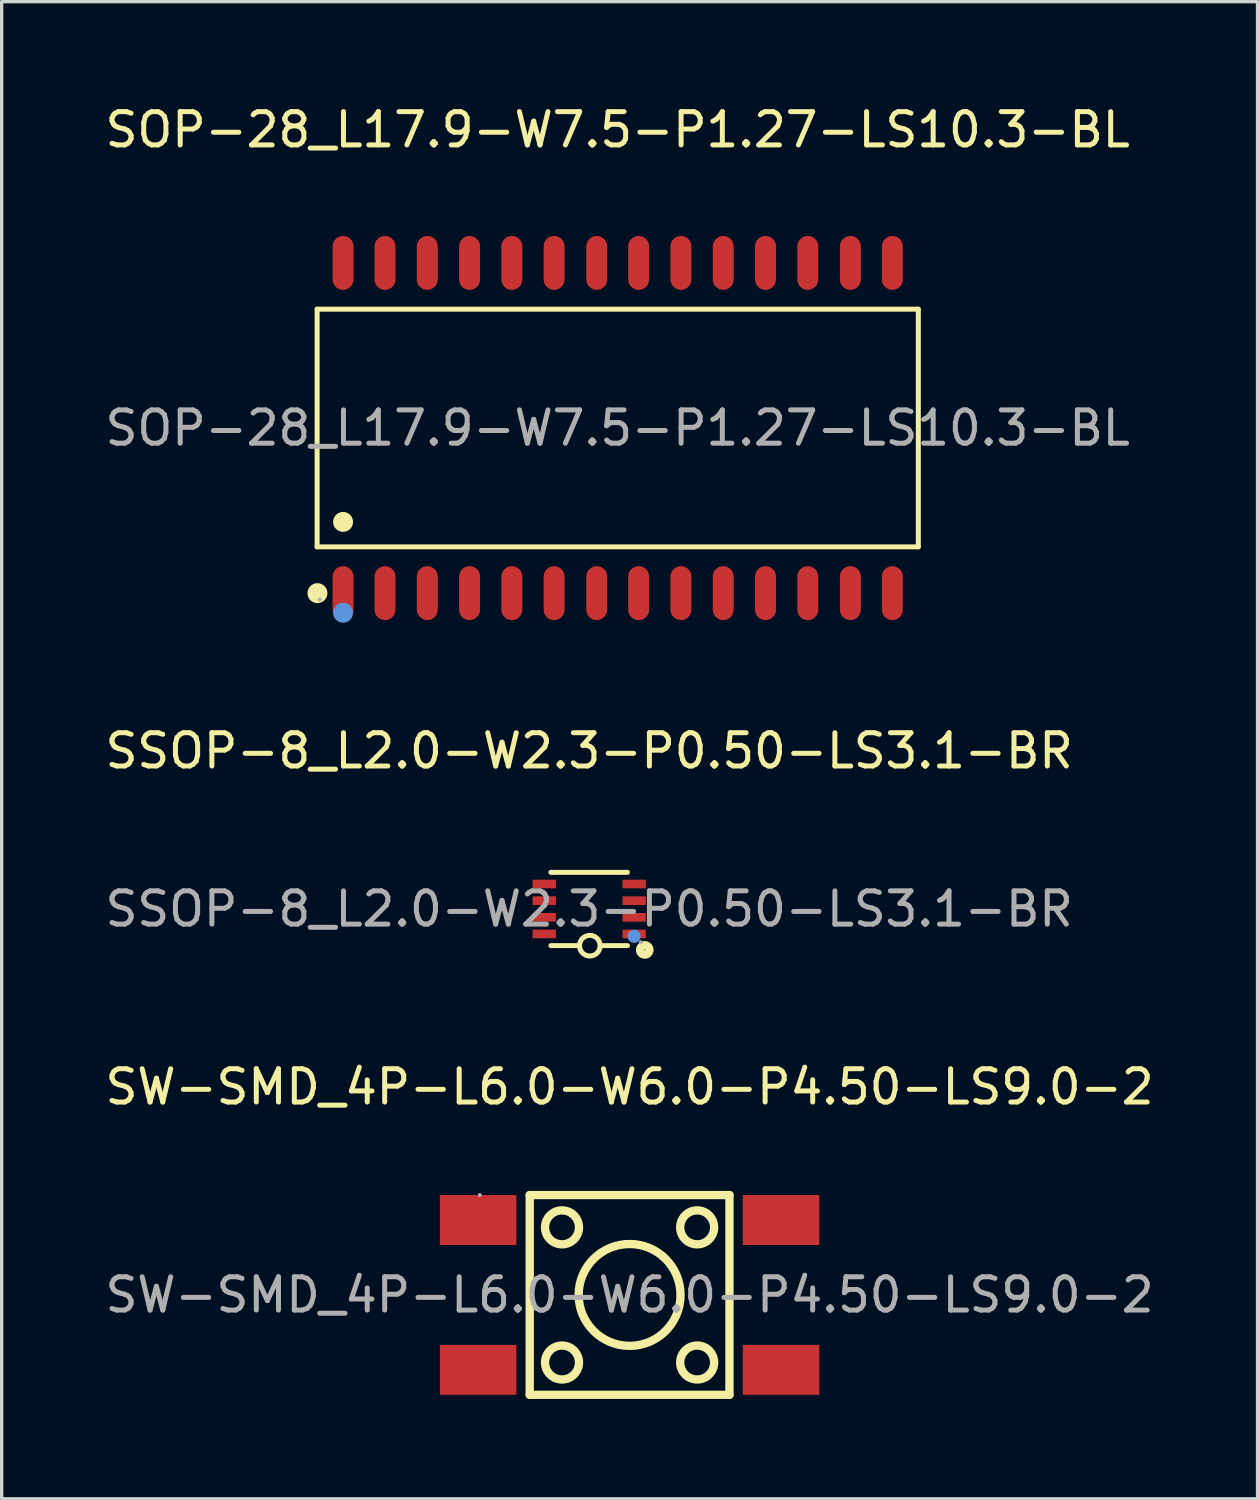
<source format=kicad_pcb>
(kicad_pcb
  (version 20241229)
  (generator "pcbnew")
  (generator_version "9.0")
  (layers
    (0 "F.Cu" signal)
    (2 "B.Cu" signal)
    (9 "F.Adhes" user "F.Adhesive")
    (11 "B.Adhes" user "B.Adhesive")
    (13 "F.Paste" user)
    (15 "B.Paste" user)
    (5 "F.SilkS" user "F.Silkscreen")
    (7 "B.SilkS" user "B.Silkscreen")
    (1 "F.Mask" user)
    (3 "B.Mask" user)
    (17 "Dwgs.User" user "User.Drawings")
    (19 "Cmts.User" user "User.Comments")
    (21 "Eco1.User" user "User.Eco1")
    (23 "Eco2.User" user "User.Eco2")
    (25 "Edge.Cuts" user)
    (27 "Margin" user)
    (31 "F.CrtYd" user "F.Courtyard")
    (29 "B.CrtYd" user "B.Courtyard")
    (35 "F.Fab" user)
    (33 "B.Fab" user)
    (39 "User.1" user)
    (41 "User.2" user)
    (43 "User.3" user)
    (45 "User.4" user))
  (footprint "SW-SMD_4P-L6.0-W6.0-P4.50-LS9.0-2"
    (layer "F.Cu")
    (at 15.863 35.85)
    (property "Reference" "SW-SMD_4P-L6.0-W6.0-P4.50-LS9.0-2" (at 0 -6.25 0) (layer "F.SilkS") (effects (font (size 1 1) (thickness 0.15))))
    (attr through_hole)
    (fp_line (start -3 -3) (end 3 -3) (stroke (width 0.25) (type solid)) (layer "F.SilkS"))
    (fp_line (start -3 3) (end -3 -3) (stroke (width 0.25) (type solid)) (layer "F.SilkS"))
    (fp_line (start 3 -3) (end 3 3) (stroke (width 0.25) (type solid)) (layer "F.SilkS"))
    (fp_line (start 3 3) (end -3 3) (stroke (width 0.25) (type solid)) (layer "F.SilkS"))
    (fp_circle (center -2.03 -2.03) (end -1.52 -2.03) (stroke (width 0.25) (type solid)) (fill no) (layer "F.SilkS"))
    (fp_circle (center -2.03 2.03) (end -1.52 2.03) (stroke (width 0.25) (type solid)) (fill no) (layer "F.SilkS"))
    (fp_circle (center 0 0) (end 1.53 0) (stroke (width 0.25) (type solid)) (fill no) (layer "F.SilkS"))
    (fp_circle (center 2.03 -2.03) (end 2.54 -2.03) (stroke (width 0.25) (type solid)) (fill no) (layer "F.SilkS"))
    (fp_circle (center 2.03 2.03) (end 2.54 2.03) (stroke (width 0.25) (type solid)) (fill no) (layer "F.SilkS"))
    (fp_circle (center -4.5 -3) (end -4.47 -3) (stroke (width 0.06) (type solid)) (fill no) (layer "F.Fab"))
    (fp_text user "${REFERENCE}" (at 0 0 0) (layer "F.Fab") (effects (font (size 1 1) (thickness 0.15))))
    (pad "1" smd rect (at -4.55 -2.25) (size 2.3 1.5) (layers "F.Cu" "F.Mask" "F.Paste"))
    (pad "2" smd rect (at 4.55 -2.25) (size 2.3 1.5) (layers "F.Cu" "F.Mask" "F.Paste"))
    (pad "3" smd rect (at -4.55 2.25) (size 2.3 1.5) (layers "F.Cu" "F.Mask" "F.Paste"))
    (pad "4" smd rect (at 4.55 2.25) (size 2.3 1.5) (layers "F.Cu" "F.Mask" "F.Paste")))
  (footprint "SOP-28_L17.9-W7.5-P1.27-LS10.3-BL"
    (layer "F.Cu")
    (at 15.506 9.808)
    (property "Reference" "SOP-28_L17.9-W7.5-P1.27-LS10.3-BL" (at 0 -8.96 0) (layer "F.SilkS") (effects (font (size 1 1) (thickness 0.15))))
    (attr smd)
    (fp_line (start -9.03 -3.57) (end 9.03 -3.57) (stroke (width 0.15) (type solid)) (layer "F.SilkS"))
    (fp_line (start -9.03 3.57) (end -9.03 -3.57) (stroke (width 0.15) (type solid)) (layer "F.SilkS"))
    (fp_line (start 9.03 -3.57) (end 9.03 3.57) (stroke (width 0.15) (type solid)) (layer "F.SilkS"))
    (fp_line (start 9.03 3.57) (end -9.03 3.57) (stroke (width 0.15) (type solid)) (layer "F.SilkS"))
    (fp_circle (center -9.02 4.96) (end -8.87 4.96) (stroke (width 0.3) (type solid)) (fill no) (layer "F.SilkS"))
    (fp_circle (center -8.25 2.82) (end -8.1 2.82) (stroke (width 0.3) (type solid)) (fill no) (layer "F.SilkS"))
    (fp_circle (center -8.25 5.55) (end -8.1 5.55) (stroke (width 0.3) (type solid)) (fill no) (layer "Cmts.User"))
    (fp_circle (center -8.95 5.15) (end -8.92 5.15) (stroke (width 0.06) (type solid)) (fill no) (layer "F.Fab"))
    (fp_text user "${REFERENCE}" (at 0 0 0) (layer "F.Fab") (effects (font (size 1 1) (thickness 0.15))))
    (pad "1" smd oval (at -8.25 4.96) (size 0.63 1.62) (layers "F.Cu" "F.Mask" "F.Paste"))
    (pad "2" smd oval (at -6.99 4.96) (size 0.63 1.62) (layers "F.Cu" "F.Mask" "F.Paste"))
    (pad "3" smd oval (at -5.72 4.96) (size 0.63 1.62) (layers "F.Cu" "F.Mask" "F.Paste"))
    (pad "4" smd oval (at -4.45 4.96) (size 0.63 1.62) (layers "F.Cu" "F.Mask" "F.Paste"))
    (pad "5" smd oval (at -3.18 4.96) (size 0.63 1.62) (layers "F.Cu" "F.Mask" "F.Paste"))
    (pad "6" smd oval (at -1.91 4.96) (size 0.63 1.62) (layers "F.Cu" "F.Mask" "F.Paste"))
    (pad "7" smd oval (at -0.63 4.96) (size 0.63 1.62) (layers "F.Cu" "F.Mask" "F.Paste"))
    (pad "8" smd oval (at 0.63 4.96) (size 0.63 1.62) (layers "F.Cu" "F.Mask" "F.Paste"))
    (pad "9" smd oval (at 1.9 4.96) (size 0.63 1.62) (layers "F.Cu" "F.Mask" "F.Paste"))
    (pad "10" smd oval (at 3.17 4.96) (size 0.63 1.62) (layers "F.Cu" "F.Mask" "F.Paste"))
    (pad "11" smd oval (at 4.44 4.96) (size 0.63 1.62) (layers "F.Cu" "F.Mask" "F.Paste"))
    (pad "12" smd oval (at 5.71 4.96) (size 0.63 1.62) (layers "F.Cu" "F.Mask" "F.Paste"))
    (pad "13" smd oval (at 6.99 4.96) (size 0.63 1.62) (layers "F.Cu" "F.Mask" "F.Paste"))
    (pad "14" smd oval (at 8.25 4.96) (size 0.63 1.62) (layers "F.Cu" "F.Mask" "F.Paste"))
    (pad "15" smd oval (at 8.25 -4.96) (size 0.63 1.62) (layers "F.Cu" "F.Mask" "F.Paste"))
    (pad "16" smd oval (at 6.99 -4.96) (size 0.63 1.62) (layers "F.Cu" "F.Mask" "F.Paste"))
    (pad "17" smd oval (at 5.71 -4.96) (size 0.63 1.62) (layers "F.Cu" "F.Mask" "F.Paste"))
    (pad "18" smd oval (at 4.44 -4.96) (size 0.63 1.62) (layers "F.Cu" "F.Mask" "F.Paste"))
    (pad "19" smd oval (at 3.17 -4.96) (size 0.63 1.62) (layers "F.Cu" "F.Mask" "F.Paste"))
    (pad "20" smd oval (at 1.9 -4.96) (size 0.63 1.62) (layers "F.Cu" "F.Mask" "F.Paste"))
    (pad "21" smd oval (at 0.63 -4.96) (size 0.63 1.62) (layers "F.Cu" "F.Mask" "F.Paste"))
    (pad "22" smd oval (at -0.63 -4.96) (size 0.63 1.62) (layers "F.Cu" "F.Mask" "F.Paste"))
    (pad "23" smd oval (at -1.91 -4.96) (size 0.63 1.62) (layers "F.Cu" "F.Mask" "F.Paste"))
    (pad "24" smd oval (at -3.18 -4.96) (size 0.63 1.62) (layers "F.Cu" "F.Mask" "F.Paste"))
    (pad "25" smd oval (at -4.45 -4.96) (size 0.63 1.62) (layers "F.Cu" "F.Mask" "F.Paste"))
    (pad "26" smd oval (at -5.72 -4.96) (size 0.63 1.62) (layers "F.Cu" "F.Mask" "F.Paste"))
    (pad "27" smd oval (at -6.99 -4.96) (size 0.63 1.62) (layers "F.Cu" "F.Mask" "F.Paste"))
    (pad "28" smd oval (at -8.25 -4.96) (size 0.63 1.62) (layers "F.Cu" "F.Mask" "F.Paste")))
  (footprint "SSOP-8_L2.0-W2.3-P0.50-LS3.1-BR"
    (layer "F.Cu")
    (at 14.649 24.256)
    (property "Reference" "SSOP-8_L2.0-W2.3-P0.50-LS3.1-BR" (at 0 -4.75 0) (layer "F.SilkS") (effects (font (size 1 1) (thickness 0.15))))
    (attr smd)
    (fp_line (start -1.15 -1.1) (end 1.15 -1.1) (stroke (width 0.15) (type solid)) (layer "F.SilkS"))
    (fp_line (start -1.15 1.1) (end -0.29 1.1) (stroke (width 0.15) (type solid)) (layer "F.SilkS"))
    (fp_line (start 1.15 1.1) (end 0.33 1.1) (stroke (width 0.15) (type solid)) (layer "F.SilkS"))
    (fp_arc (start 0.329953 1.10541) (mid -0.289988 1.097295) (end 0.33 1.1) (stroke (width 0.15) (type solid)) (layer "F.SilkS"))
    (fp_circle (center 1.67 1.23) (end 1.81 1.23) (stroke (width 0.25) (type solid)) (fill no) (layer "F.SilkS"))
    (fp_circle (center 1.35 0.82) (end 1.45 0.82) (stroke (width 0.2) (type solid)) (fill no) (layer "Cmts.User"))
    (fp_circle (center 1.55 1) (end 1.58 1) (stroke (width 0.06) (type solid)) (fill no) (layer "F.Fab"))
    (fp_text user "${REFERENCE}" (at 0 0 0) (layer "F.Fab") (effects (font (size 1 1) (thickness 0.15))))
    (pad "1" smd rect (at 1.35 0.75) (size 0.7 0.26) (layers "F.Cu" "F.Mask" "F.Paste"))
    (pad "2" smd rect (at 1.35 0.25) (size 0.7 0.26) (layers "F.Cu" "F.Mask" "F.Paste"))
    (pad "3" smd rect (at 1.35 -0.25) (size 0.7 0.26) (layers "F.Cu" "F.Mask" "F.Paste"))
    (pad "4" smd rect (at 1.35 -0.75) (size 0.7 0.26) (layers "F.Cu" "F.Mask" "F.Paste"))
    (pad "5" smd rect (at -1.35 -0.75) (size 0.7 0.26) (layers "F.Cu" "F.Mask" "F.Paste"))
    (pad "6" smd rect (at -1.35 -0.25) (size 0.7 0.26) (layers "F.Cu" "F.Mask" "F.Paste"))
    (pad "7" smd rect (at -1.35 0.25) (size 0.7 0.26) (layers "F.Cu" "F.Mask" "F.Paste"))
    (pad "8" smd rect (at -1.35 0.75) (size 0.7 0.26) (layers "F.Cu" "F.Mask" "F.Paste")))
  (gr_rect
    (start -3 -3)
    (end 34.726 41.975)
    (stroke (width 0.1) (type default))
    (fill no)
    (layer "Edge.Cuts")))
</source>
